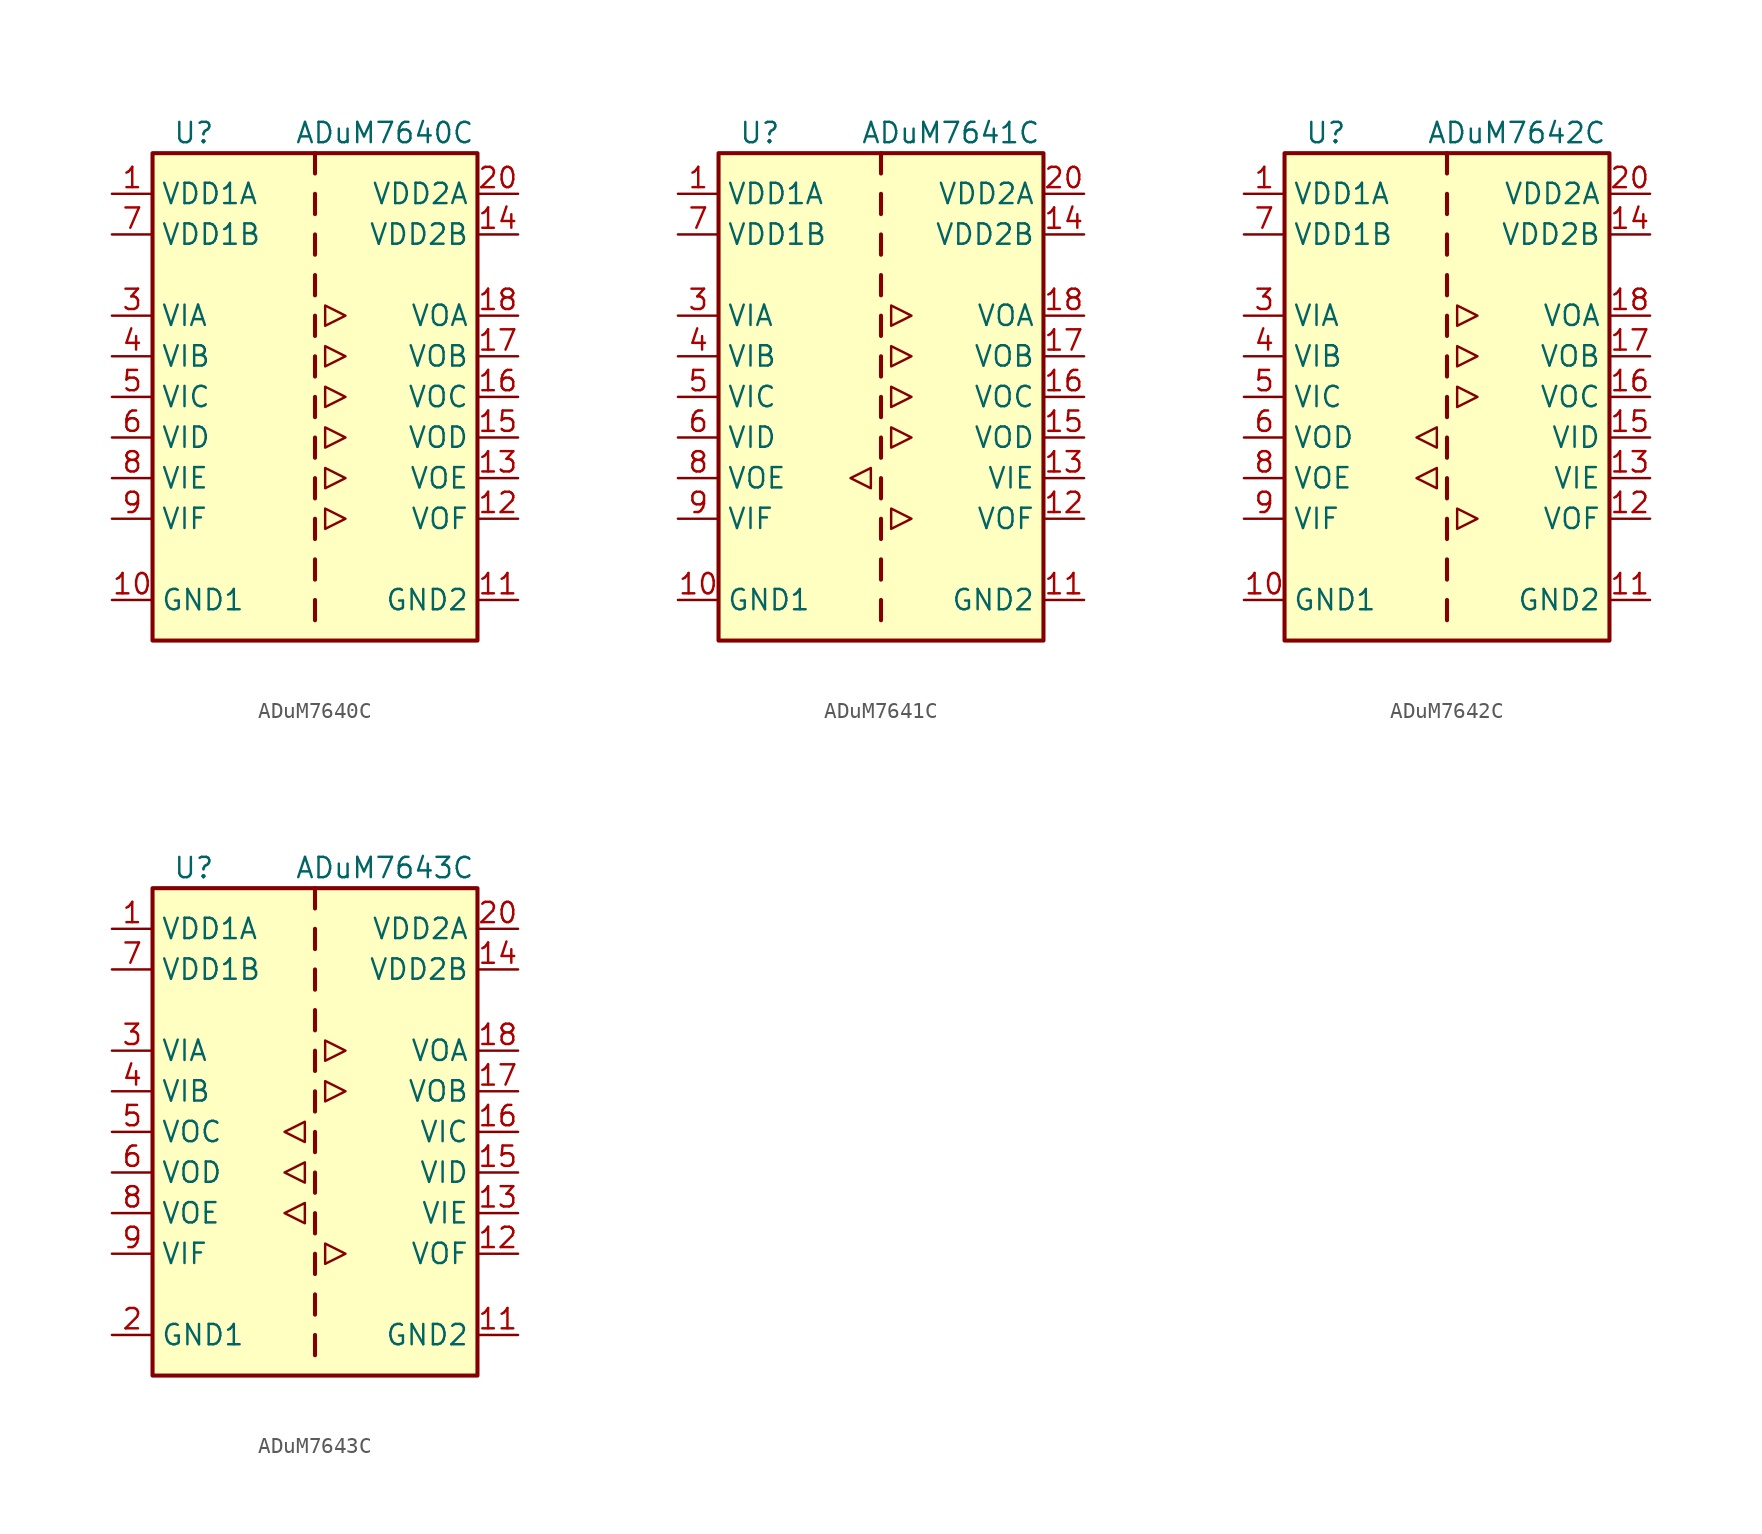
<source format=kicad_sym>
(kicad_symbol_lib
  (version 20200908)
  (generator kicad_symbol_editor)
  (symbol "Isolator:ADuM7640C"
    (property "Reference" "U"
      (at -8.89 16.51 0)
      (effects (font (size 1.27 1.27)) (justify left)))
    (property "Value" "ADuM7640C"
      (at -1.27 16.51 0)
      (effects (font (size 1.27 1.27)) (justify left)))
    (symbol "ADuM7640C_1_1"
      (rectangle (start -10.16 15.24) (end 10.16 -15.24) (stroke (width 0.254)) (fill (type background)))
      (polyline (pts (xy 0 -12.7) (xy 0 -13.97)) (stroke (width 0.254)) (fill (type none)))
      (polyline (pts (xy 0 -10.16) (xy 0 -11.43)) (stroke (width 0.254)) (fill (type none)))
      (polyline (pts (xy 0 -7.62) (xy 0 -8.89)) (stroke (width 0.254)) (fill (type none)))
      (polyline (pts (xy 0 -5.08) (xy 0 -6.35)) (stroke (width 0.254)) (fill (type none)))
      (polyline (pts (xy 0 -2.54) (xy 0 -3.81)) (stroke (width 0.254)) (fill (type none)))
      (polyline (pts (xy 0 0) (xy 0 -1.27)) (stroke (width 0.254)) (fill (type none)))
      (polyline (pts (xy 0 2.54) (xy 0 1.27)) (stroke (width 0.254)) (fill (type none)))
      (polyline (pts (xy 0 5.08) (xy 0 3.81)) (stroke (width 0.254)) (fill (type none)))
      (polyline (pts (xy 0 7.62) (xy 0 6.35)) (stroke (width 0.254)) (fill (type none)))
      (polyline (pts (xy 0 10.16) (xy 0 8.89)) (stroke (width 0.254)) (fill (type none)))
      (polyline (pts (xy 0 12.7) (xy 0 11.43)) (stroke (width 0.254)) (fill (type none)))
      (polyline (pts (xy 0 15.24) (xy 0 13.97)) (stroke (width 0.254)) (fill (type none)))
      (pin power_in line (at -12.7 12.7 0) (length 2.54) (name "VDD1A" (effects (font (size 1.27 1.27)))) (number "1" (effects (font (size 1.27 1.27)))))
      (pin power_in line (at -12.7 -12.7 0) (length 2.54) (name "GND1" (effects (font (size 1.27 1.27)))) (number "10" (effects (font (size 1.27 1.27)))))
      (pin power_in line (at 12.7 -12.7 180) (length 2.54) (name "GND2" (effects (font (size 1.27 1.27)))) (number "11" (effects (font (size 1.27 1.27)))))
      (pin output line (at 12.7 -7.62 180) (length 2.54) (name "VOF" (effects (font (size 1.27 1.27)))) (number "12" (effects (font (size 1.27 1.27)))))
      (pin output line (at 12.7 -5.08 180) (length 2.54) (name "VOE" (effects (font (size 1.27 1.27)))) (number "13" (effects (font (size 1.27 1.27)))))
      (pin power_in line (at 12.7 10.16 180) (length 2.54) (name "VDD2B" (effects (font (size 1.27 1.27)))) (number "14" (effects (font (size 1.27 1.27)))))
      (pin output line (at 12.7 -2.54 180) (length 2.54) (name "VOD" (effects (font (size 1.27 1.27)))) (number "15" (effects (font (size 1.27 1.27)))))
      (pin output line (at 12.7 0 180) (length 2.54) (name "VOC" (effects (font (size 1.27 1.27)))) (number "16" (effects (font (size 1.27 1.27)))))
      (pin output line (at 12.7 2.54 180) (length 2.54) (name "VOB" (effects (font (size 1.27 1.27)))) (number "17" (effects (font (size 1.27 1.27)))))
      (pin output line (at 12.7 5.08 180) (length 2.54) (name "VOA" (effects (font (size 1.27 1.27)))) (number "18" (effects (font (size 1.27 1.27)))))
      (pin passive line (at 12.7 -12.7 180) (length 2.54) hide (name "GND2" (effects (font (size 1.27 1.27)))) (number "19" (effects (font (size 1.27 1.27)))))
      (pin passive line (at -12.7 -12.7 0) (length 2.54) hide (name "GND1" (effects (font (size 1.27 1.27)))) (number "2" (effects (font (size 1.27 1.27)))))
      (pin power_in line (at 12.7 12.7 180) (length 2.54) (name "VDD2A" (effects (font (size 1.27 1.27)))) (number "20" (effects (font (size 1.27 1.27)))))
      (pin input line (at -12.7 5.08 0) (length 2.54) (name "VIA" (effects (font (size 1.27 1.27)))) (number "3" (effects (font (size 1.27 1.27)))))
      (pin input line (at -12.7 2.54 0) (length 2.54) (name "VIB" (effects (font (size 1.27 1.27)))) (number "4" (effects (font (size 1.27 1.27)))))
      (pin input line (at -12.7 0 0) (length 2.54) (name "VIC" (effects (font (size 1.27 1.27)))) (number "5" (effects (font (size 1.27 1.27)))))
      (pin input line (at -12.7 -2.54 0) (length 2.54) (name "VID" (effects (font (size 1.27 1.27)))) (number "6" (effects (font (size 1.27 1.27)))))
      (pin power_in line (at -12.7 10.16 0) (length 2.54) (name "VDD1B" (effects (font (size 1.27 1.27)))) (number "7" (effects (font (size 1.27 1.27)))))
      (pin input line (at -12.7 -5.08 0) (length 2.54) (name "VIE" (effects (font (size 1.27 1.27)))) (number "8" (effects (font (size 1.27 1.27)))))
      (pin input line (at -12.7 -7.62 0) (length 2.54) (name "VIF" (effects (font (size 1.27 1.27)))) (number "9" (effects (font (size 1.27 1.27))))))
    (symbol "ADuM7640C_0_1"
      (polyline (pts (xy 0.635 -6.985) (xy 0.635 -8.255) (xy 1.905 -7.62) (xy 0.635 -6.985)) (stroke (width 0)) (fill (type none)))
      (polyline (pts (xy 0.635 3.175) (xy 0.635 1.905) (xy 1.905 2.54) (xy 0.635 3.175)) (stroke (width 0)) (fill (type none)))
      (polyline (pts (xy 0.635 5.715) (xy 0.635 4.445) (xy 1.905 5.08) (xy 0.635 5.715)) (stroke (width 0)) (fill (type none)))
      (polyline (pts (xy 1.905 -5.08) (xy 0.635 -4.445) (xy 0.635 -5.715) (xy 1.905 -5.08)) (stroke (width 0)) (fill (type none)))
      (polyline (pts (xy 1.905 -2.54) (xy 0.635 -1.905) (xy 0.635 -3.175) (xy 1.905 -2.54)) (stroke (width 0)) (fill (type none)))
      (polyline (pts (xy 1.905 0) (xy 0.635 -0.635) (xy 0.635 0.635) (xy 1.905 0)) (stroke (width 0)) (fill (type none)))))
  (symbol "Isolator:ADuM7641C"
    (property "Reference" "U"
      (at -8.89 16.51 0)
      (effects (font (size 1.27 1.27)) (justify left)))
    (property "Value" "ADuM7641C"
      (at -1.27 16.51 0)
      (effects (font (size 1.27 1.27)) (justify left)))
    (symbol "ADuM7641C_1_1"
      (rectangle (start -10.16 15.24) (end 10.16 -15.24) (stroke (width 0.254)) (fill (type background)))
      (polyline (pts (xy 0 -12.7) (xy 0 -13.97)) (stroke (width 0.254)) (fill (type none)))
      (polyline (pts (xy 0 -10.16) (xy 0 -11.43)) (stroke (width 0.254)) (fill (type none)))
      (polyline (pts (xy 0 -7.62) (xy 0 -8.89)) (stroke (width 0.254)) (fill (type none)))
      (polyline (pts (xy 0 -5.08) (xy 0 -6.35)) (stroke (width 0.254)) (fill (type none)))
      (polyline (pts (xy 0 -2.54) (xy 0 -3.81)) (stroke (width 0.254)) (fill (type none)))
      (polyline (pts (xy 0 0) (xy 0 -1.27)) (stroke (width 0.254)) (fill (type none)))
      (polyline (pts (xy 0 2.54) (xy 0 1.27)) (stroke (width 0.254)) (fill (type none)))
      (polyline (pts (xy 0 5.08) (xy 0 3.81)) (stroke (width 0.254)) (fill (type none)))
      (polyline (pts (xy 0 7.62) (xy 0 6.35)) (stroke (width 0.254)) (fill (type none)))
      (polyline (pts (xy 0 10.16) (xy 0 8.89)) (stroke (width 0.254)) (fill (type none)))
      (polyline (pts (xy 0 12.7) (xy 0 11.43)) (stroke (width 0.254)) (fill (type none)))
      (polyline (pts (xy 0 15.24) (xy 0 13.97)) (stroke (width 0.254)) (fill (type none)))
      (pin power_in line (at -12.7 12.7 0) (length 2.54) (name "VDD1A" (effects (font (size 1.27 1.27)))) (number "1" (effects (font (size 1.27 1.27)))))
      (pin power_in line (at -12.7 -12.7 0) (length 2.54) (name "GND1" (effects (font (size 1.27 1.27)))) (number "10" (effects (font (size 1.27 1.27)))))
      (pin power_in line (at 12.7 -12.7 180) (length 2.54) (name "GND2" (effects (font (size 1.27 1.27)))) (number "11" (effects (font (size 1.27 1.27)))))
      (pin output line (at 12.7 -7.62 180) (length 2.54) (name "VOF" (effects (font (size 1.27 1.27)))) (number "12" (effects (font (size 1.27 1.27)))))
      (pin input line (at 12.7 -5.08 180) (length 2.54) (name "VIE" (effects (font (size 1.27 1.27)))) (number "13" (effects (font (size 1.27 1.27)))))
      (pin power_in line (at 12.7 10.16 180) (length 2.54) (name "VDD2B" (effects (font (size 1.27 1.27)))) (number "14" (effects (font (size 1.27 1.27)))))
      (pin output line (at 12.7 -2.54 180) (length 2.54) (name "VOD" (effects (font (size 1.27 1.27)))) (number "15" (effects (font (size 1.27 1.27)))))
      (pin output line (at 12.7 0 180) (length 2.54) (name "VOC" (effects (font (size 1.27 1.27)))) (number "16" (effects (font (size 1.27 1.27)))))
      (pin output line (at 12.7 2.54 180) (length 2.54) (name "VOB" (effects (font (size 1.27 1.27)))) (number "17" (effects (font (size 1.27 1.27)))))
      (pin output line (at 12.7 5.08 180) (length 2.54) (name "VOA" (effects (font (size 1.27 1.27)))) (number "18" (effects (font (size 1.27 1.27)))))
      (pin passive line (at 12.7 -12.7 180) (length 2.54) hide (name "GND2" (effects (font (size 1.27 1.27)))) (number "19" (effects (font (size 1.27 1.27)))))
      (pin passive line (at -12.7 -12.7 0) (length 2.54) hide (name "GND1" (effects (font (size 1.27 1.27)))) (number "2" (effects (font (size 1.27 1.27)))))
      (pin power_in line (at 12.7 12.7 180) (length 2.54) (name "VDD2A" (effects (font (size 1.27 1.27)))) (number "20" (effects (font (size 1.27 1.27)))))
      (pin input line (at -12.7 5.08 0) (length 2.54) (name "VIA" (effects (font (size 1.27 1.27)))) (number "3" (effects (font (size 1.27 1.27)))))
      (pin input line (at -12.7 2.54 0) (length 2.54) (name "VIB" (effects (font (size 1.27 1.27)))) (number "4" (effects (font (size 1.27 1.27)))))
      (pin input line (at -12.7 0 0) (length 2.54) (name "VIC" (effects (font (size 1.27 1.27)))) (number "5" (effects (font (size 1.27 1.27)))))
      (pin input line (at -12.7 -2.54 0) (length 2.54) (name "VID" (effects (font (size 1.27 1.27)))) (number "6" (effects (font (size 1.27 1.27)))))
      (pin power_in line (at -12.7 10.16 0) (length 2.54) (name "VDD1B" (effects (font (size 1.27 1.27)))) (number "7" (effects (font (size 1.27 1.27)))))
      (pin output line (at -12.7 -5.08 0) (length 2.54) (name "VOE" (effects (font (size 1.27 1.27)))) (number "8" (effects (font (size 1.27 1.27)))))
      (pin input line (at -12.7 -7.62 0) (length 2.54) (name "VIF" (effects (font (size 1.27 1.27)))) (number "9" (effects (font (size 1.27 1.27))))))
    (symbol "ADuM7641C_0_1"
      (polyline (pts (xy -1.905 -5.08) (xy -0.635 -4.445) (xy -0.635 -5.715) (xy -1.905 -5.08)) (stroke (width 0)) (fill (type none)))
      (polyline (pts (xy 0.635 -6.985) (xy 0.635 -8.255) (xy 1.905 -7.62) (xy 0.635 -6.985)) (stroke (width 0)) (fill (type none)))
      (polyline (pts (xy 0.635 3.175) (xy 0.635 1.905) (xy 1.905 2.54) (xy 0.635 3.175)) (stroke (width 0)) (fill (type none)))
      (polyline (pts (xy 0.635 5.715) (xy 0.635 4.445) (xy 1.905 5.08) (xy 0.635 5.715)) (stroke (width 0)) (fill (type none)))
      (polyline (pts (xy 1.905 -2.54) (xy 0.635 -1.905) (xy 0.635 -3.175) (xy 1.905 -2.54)) (stroke (width 0)) (fill (type none)))
      (polyline (pts (xy 1.905 0) (xy 0.635 -0.635) (xy 0.635 0.635) (xy 1.905 0)) (stroke (width 0)) (fill (type none)))))
  (symbol "Isolator:ADuM7642C"
    (property "Reference" "U"
      (at -8.89 16.51 0)
      (effects (font (size 1.27 1.27)) (justify left)))
    (property "Value" "ADuM7642C"
      (at -1.27 16.51 0)
      (effects (font (size 1.27 1.27)) (justify left)))
    (symbol "ADuM7642C_1_1"
      (rectangle (start -10.16 15.24) (end 10.16 -15.24) (stroke (width 0.254)) (fill (type background)))
      (polyline (pts (xy 0 -12.7) (xy 0 -13.97)) (stroke (width 0.254)) (fill (type none)))
      (polyline (pts (xy 0 -10.16) (xy 0 -11.43)) (stroke (width 0.254)) (fill (type none)))
      (polyline (pts (xy 0 -7.62) (xy 0 -8.89)) (stroke (width 0.254)) (fill (type none)))
      (polyline (pts (xy 0 -5.08) (xy 0 -6.35)) (stroke (width 0.254)) (fill (type none)))
      (polyline (pts (xy 0 -2.54) (xy 0 -3.81)) (stroke (width 0.254)) (fill (type none)))
      (polyline (pts (xy 0 0) (xy 0 -1.27)) (stroke (width 0.254)) (fill (type none)))
      (polyline (pts (xy 0 2.54) (xy 0 1.27)) (stroke (width 0.254)) (fill (type none)))
      (polyline (pts (xy 0 5.08) (xy 0 3.81)) (stroke (width 0.254)) (fill (type none)))
      (polyline (pts (xy 0 7.62) (xy 0 6.35)) (stroke (width 0.254)) (fill (type none)))
      (polyline (pts (xy 0 10.16) (xy 0 8.89)) (stroke (width 0.254)) (fill (type none)))
      (polyline (pts (xy 0 12.7) (xy 0 11.43)) (stroke (width 0.254)) (fill (type none)))
      (polyline (pts (xy 0 15.24) (xy 0 13.97)) (stroke (width 0.254)) (fill (type none)))
      (pin power_in line (at -12.7 12.7 0) (length 2.54) (name "VDD1A" (effects (font (size 1.27 1.27)))) (number "1" (effects (font (size 1.27 1.27)))))
      (pin power_in line (at -12.7 -12.7 0) (length 2.54) (name "GND1" (effects (font (size 1.27 1.27)))) (number "10" (effects (font (size 1.27 1.27)))))
      (pin power_in line (at 12.7 -12.7 180) (length 2.54) (name "GND2" (effects (font (size 1.27 1.27)))) (number "11" (effects (font (size 1.27 1.27)))))
      (pin output line (at 12.7 -7.62 180) (length 2.54) (name "VOF" (effects (font (size 1.27 1.27)))) (number "12" (effects (font (size 1.27 1.27)))))
      (pin input line (at 12.7 -5.08 180) (length 2.54) (name "VIE" (effects (font (size 1.27 1.27)))) (number "13" (effects (font (size 1.27 1.27)))))
      (pin power_in line (at 12.7 10.16 180) (length 2.54) (name "VDD2B" (effects (font (size 1.27 1.27)))) (number "14" (effects (font (size 1.27 1.27)))))
      (pin input line (at 12.7 -2.54 180) (length 2.54) (name "VID" (effects (font (size 1.27 1.27)))) (number "15" (effects (font (size 1.27 1.27)))))
      (pin output line (at 12.7 0 180) (length 2.54) (name "VOC" (effects (font (size 1.27 1.27)))) (number "16" (effects (font (size 1.27 1.27)))))
      (pin output line (at 12.7 2.54 180) (length 2.54) (name "VOB" (effects (font (size 1.27 1.27)))) (number "17" (effects (font (size 1.27 1.27)))))
      (pin output line (at 12.7 5.08 180) (length 2.54) (name "VOA" (effects (font (size 1.27 1.27)))) (number "18" (effects (font (size 1.27 1.27)))))
      (pin passive line (at 12.7 -12.7 180) (length 2.54) hide (name "GND2" (effects (font (size 1.27 1.27)))) (number "19" (effects (font (size 1.27 1.27)))))
      (pin passive line (at -12.7 -12.7 0) (length 2.54) hide (name "GND1" (effects (font (size 1.27 1.27)))) (number "2" (effects (font (size 1.27 1.27)))))
      (pin power_in line (at 12.7 12.7 180) (length 2.54) (name "VDD2A" (effects (font (size 1.27 1.27)))) (number "20" (effects (font (size 1.27 1.27)))))
      (pin input line (at -12.7 5.08 0) (length 2.54) (name "VIA" (effects (font (size 1.27 1.27)))) (number "3" (effects (font (size 1.27 1.27)))))
      (pin input line (at -12.7 2.54 0) (length 2.54) (name "VIB" (effects (font (size 1.27 1.27)))) (number "4" (effects (font (size 1.27 1.27)))))
      (pin input line (at -12.7 0 0) (length 2.54) (name "VIC" (effects (font (size 1.27 1.27)))) (number "5" (effects (font (size 1.27 1.27)))))
      (pin output line (at -12.7 -2.54 0) (length 2.54) (name "VOD" (effects (font (size 1.27 1.27)))) (number "6" (effects (font (size 1.27 1.27)))))
      (pin power_in line (at -12.7 10.16 0) (length 2.54) (name "VDD1B" (effects (font (size 1.27 1.27)))) (number "7" (effects (font (size 1.27 1.27)))))
      (pin output line (at -12.7 -5.08 0) (length 2.54) (name "VOE" (effects (font (size 1.27 1.27)))) (number "8" (effects (font (size 1.27 1.27)))))
      (pin input line (at -12.7 -7.62 0) (length 2.54) (name "VIF" (effects (font (size 1.27 1.27)))) (number "9" (effects (font (size 1.27 1.27))))))
    (symbol "ADuM7642C_0_1"
      (polyline (pts (xy -1.905 -5.08) (xy -0.635 -4.445) (xy -0.635 -5.715) (xy -1.905 -5.08)) (stroke (width 0)) (fill (type none)))
      (polyline (pts (xy -1.905 -2.54) (xy -0.635 -1.905) (xy -0.635 -3.175) (xy -1.905 -2.54)) (stroke (width 0)) (fill (type none)))
      (polyline (pts (xy 0.635 -6.985) (xy 0.635 -8.255) (xy 1.905 -7.62) (xy 0.635 -6.985)) (stroke (width 0)) (fill (type none)))
      (polyline (pts (xy 0.635 3.175) (xy 0.635 1.905) (xy 1.905 2.54) (xy 0.635 3.175)) (stroke (width 0)) (fill (type none)))
      (polyline (pts (xy 0.635 5.715) (xy 0.635 4.445) (xy 1.905 5.08) (xy 0.635 5.715)) (stroke (width 0)) (fill (type none)))
      (polyline (pts (xy 1.905 0) (xy 0.635 -0.635) (xy 0.635 0.635) (xy 1.905 0)) (stroke (width 0)) (fill (type none)))))
  (symbol "Isolator:ADuM7643C"
    (property "Reference" "U"
      (at -8.89 16.51 0)
      (effects (font (size 1.27 1.27)) (justify left)))
    (property "Value" "ADuM7643C"
      (at -1.27 16.51 0)
      (effects (font (size 1.27 1.27)) (justify left)))
    (symbol "ADuM7643C_1_1"
      (rectangle (start -10.16 15.24) (end 10.16 -15.24) (stroke (width 0.254)) (fill (type background)))
      (polyline (pts (xy 0 -12.7) (xy 0 -13.97)) (stroke (width 0.254)) (fill (type none)))
      (polyline (pts (xy 0 -10.16) (xy 0 -11.43)) (stroke (width 0.254)) (fill (type none)))
      (polyline (pts (xy 0 -7.62) (xy 0 -8.89)) (stroke (width 0.254)) (fill (type none)))
      (polyline (pts (xy 0 -5.08) (xy 0 -6.35)) (stroke (width 0.254)) (fill (type none)))
      (polyline (pts (xy 0 -2.54) (xy 0 -3.81)) (stroke (width 0.254)) (fill (type none)))
      (polyline (pts (xy 0 0) (xy 0 -1.27)) (stroke (width 0.254)) (fill (type none)))
      (polyline (pts (xy 0 2.54) (xy 0 1.27)) (stroke (width 0.254)) (fill (type none)))
      (polyline (pts (xy 0 5.08) (xy 0 3.81)) (stroke (width 0.254)) (fill (type none)))
      (polyline (pts (xy 0 7.62) (xy 0 6.35)) (stroke (width 0.254)) (fill (type none)))
      (polyline (pts (xy 0 10.16) (xy 0 8.89)) (stroke (width 0.254)) (fill (type none)))
      (polyline (pts (xy 0 12.7) (xy 0 11.43)) (stroke (width 0.254)) (fill (type none)))
      (polyline (pts (xy 0 15.24) (xy 0 13.97)) (stroke (width 0.254)) (fill (type none)))
      (pin power_in line (at -12.7 12.7 0) (length 2.54) (name "VDD1A" (effects (font (size 1.27 1.27)))) (number "1" (effects (font (size 1.27 1.27)))))
      (pin passive line (at -12.7 -12.7 0) (length 2.54) hide (name "GND1" (effects (font (size 1.27 1.27)))) (number "10" (effects (font (size 1.27 1.27)))))
      (pin power_in line (at 12.7 -12.7 180) (length 2.54) (name "GND2" (effects (font (size 1.27 1.27)))) (number "11" (effects (font (size 1.27 1.27)))))
      (pin output line (at 12.7 -7.62 180) (length 2.54) (name "VOF" (effects (font (size 1.27 1.27)))) (number "12" (effects (font (size 1.27 1.27)))))
      (pin input line (at 12.7 -5.08 180) (length 2.54) (name "VIE" (effects (font (size 1.27 1.27)))) (number "13" (effects (font (size 1.27 1.27)))))
      (pin power_in line (at 12.7 10.16 180) (length 2.54) (name "VDD2B" (effects (font (size 1.27 1.27)))) (number "14" (effects (font (size 1.27 1.27)))))
      (pin input line (at 12.7 -2.54 180) (length 2.54) (name "VID" (effects (font (size 1.27 1.27)))) (number "15" (effects (font (size 1.27 1.27)))))
      (pin input line (at 12.7 0 180) (length 2.54) (name "VIC" (effects (font (size 1.27 1.27)))) (number "16" (effects (font (size 1.27 1.27)))))
      (pin output line (at 12.7 2.54 180) (length 2.54) (name "VOB" (effects (font (size 1.27 1.27)))) (number "17" (effects (font (size 1.27 1.27)))))
      (pin output line (at 12.7 5.08 180) (length 2.54) (name "VOA" (effects (font (size 1.27 1.27)))) (number "18" (effects (font (size 1.27 1.27)))))
      (pin passive line (at 12.7 -12.7 180) (length 2.54) hide (name "GND2" (effects (font (size 1.27 1.27)))) (number "19" (effects (font (size 1.27 1.27)))))
      (pin power_in line (at -12.7 -12.7 0) (length 2.54) (name "GND1" (effects (font (size 1.27 1.27)))) (number "2" (effects (font (size 1.27 1.27)))))
      (pin power_in line (at 12.7 12.7 180) (length 2.54) (name "VDD2A" (effects (font (size 1.27 1.27)))) (number "20" (effects (font (size 1.27 1.27)))))
      (pin input line (at -12.7 5.08 0) (length 2.54) (name "VIA" (effects (font (size 1.27 1.27)))) (number "3" (effects (font (size 1.27 1.27)))))
      (pin input line (at -12.7 2.54 0) (length 2.54) (name "VIB" (effects (font (size 1.27 1.27)))) (number "4" (effects (font (size 1.27 1.27)))))
      (pin output line (at -12.7 0 0) (length 2.54) (name "VOC" (effects (font (size 1.27 1.27)))) (number "5" (effects (font (size 1.27 1.27)))))
      (pin output line (at -12.7 -2.54 0) (length 2.54) (name "VOD" (effects (font (size 1.27 1.27)))) (number "6" (effects (font (size 1.27 1.27)))))
      (pin power_in line (at -12.7 10.16 0) (length 2.54) (name "VDD1B" (effects (font (size 1.27 1.27)))) (number "7" (effects (font (size 1.27 1.27)))))
      (pin output line (at -12.7 -5.08 0) (length 2.54) (name "VOE" (effects (font (size 1.27 1.27)))) (number "8" (effects (font (size 1.27 1.27)))))
      (pin input line (at -12.7 -7.62 0) (length 2.54) (name "VIF" (effects (font (size 1.27 1.27)))) (number "9" (effects (font (size 1.27 1.27))))))
    (symbol "ADuM7643C_0_1"
      (polyline (pts (xy -1.905 -5.08) (xy -0.635 -5.715) (xy -0.635 -4.445) (xy -1.905 -5.08)) (stroke (width 0)) (fill (type none)))
      (polyline (pts (xy -1.905 -2.54) (xy -0.635 -3.175) (xy -0.635 -1.905) (xy -1.905 -2.54)) (stroke (width 0)) (fill (type none)))
      (polyline (pts (xy -1.905 0) (xy -0.635 -0.635) (xy -0.635 0.635) (xy -1.905 0)) (stroke (width 0)) (fill (type none)))
      (polyline (pts (xy 0.635 -6.985) (xy 0.635 -8.255) (xy 1.905 -7.62) (xy 0.635 -6.985)) (stroke (width 0)) (fill (type none)))
      (polyline (pts (xy 0.635 3.175) (xy 0.635 1.905) (xy 1.905 2.54) (xy 0.635 3.175)) (stroke (width 0)) (fill (type none)))
      (polyline (pts (xy 0.635 5.715) (xy 0.635 4.445) (xy 1.905 5.08) (xy 0.635 5.715)) (stroke (width 0)) (fill (type none))))))
</source>
